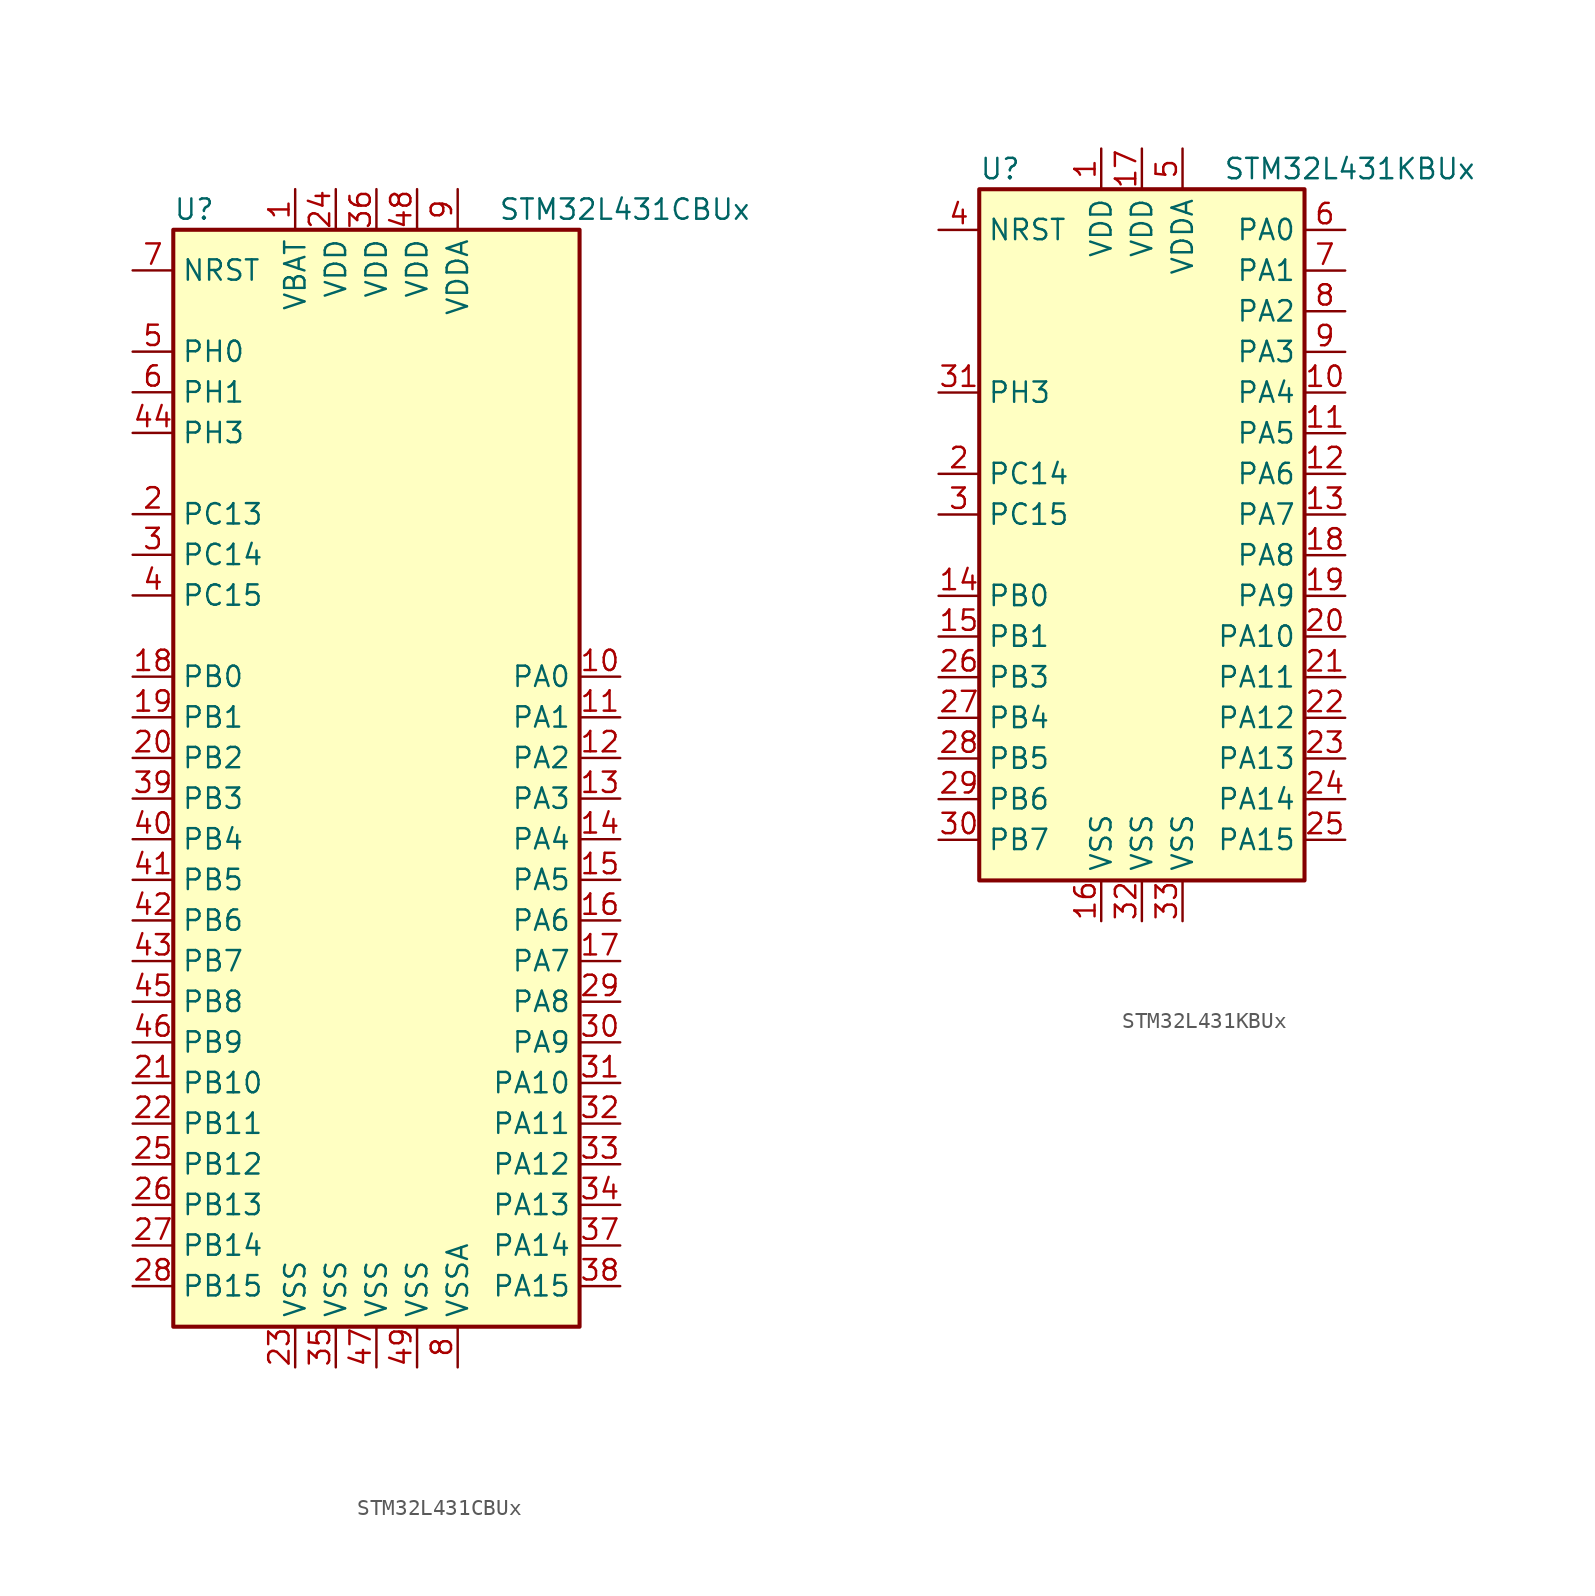
<source format=kicad_sym>
(kicad_symbol_lib
  (version 20201005)
  (generator kicad_symbol_editor)
  (symbol "MCU_ST_STM32L4:STM32L431CBUx"
    (property "Reference" "U"
      (at -12.7 34.29 0)
      (effects (font (size 1.27 1.27)) (justify left)))
    (property "Value" "STM32L431CBUx"
      (at 7.62 34.29 0)
      (effects (font (size 1.27 1.27)) (justify left)))
    (symbol "STM32L431CBUx_0_1"
      (rectangle (start -12.7 -35.56) (end 12.7 33.02) (stroke (width 0.254)) (fill (type background))))
    (symbol "STM32L431CBUx_1_1"
      (pin power_in line (at -5.08 35.56 270) (length 2.54) (name "VBAT" (effects (font (size 1.27 1.27)))) (number "1" (effects (font (size 1.27 1.27)))))
      (pin bidirectional line (at 15.24 5.08 180) (length 2.54) (name "PA0" (effects (font (size 1.27 1.27)))) (number "10" (effects (font (size 1.27 1.27)))))
      (pin bidirectional line (at 15.24 2.54 180) (length 2.54) (name "PA1" (effects (font (size 1.27 1.27)))) (number "11" (effects (font (size 1.27 1.27)))))
      (pin bidirectional line (at 15.24 0 180) (length 2.54) (name "PA2" (effects (font (size 1.27 1.27)))) (number "12" (effects (font (size 1.27 1.27)))))
      (pin bidirectional line (at 15.24 -2.54 180) (length 2.54) (name "PA3" (effects (font (size 1.27 1.27)))) (number "13" (effects (font (size 1.27 1.27)))))
      (pin bidirectional line (at 15.24 -5.08 180) (length 2.54) (name "PA4" (effects (font (size 1.27 1.27)))) (number "14" (effects (font (size 1.27 1.27)))))
      (pin bidirectional line (at 15.24 -7.62 180) (length 2.54) (name "PA5" (effects (font (size 1.27 1.27)))) (number "15" (effects (font (size 1.27 1.27)))))
      (pin bidirectional line (at 15.24 -10.16 180) (length 2.54) (name "PA6" (effects (font (size 1.27 1.27)))) (number "16" (effects (font (size 1.27 1.27)))))
      (pin bidirectional line (at 15.24 -12.7 180) (length 2.54) (name "PA7" (effects (font (size 1.27 1.27)))) (number "17" (effects (font (size 1.27 1.27)))))
      (pin bidirectional line (at -15.24 5.08 0) (length 2.54) (name "PB0" (effects (font (size 1.27 1.27)))) (number "18" (effects (font (size 1.27 1.27)))))
      (pin bidirectional line (at -15.24 2.54 0) (length 2.54) (name "PB1" (effects (font (size 1.27 1.27)))) (number "19" (effects (font (size 1.27 1.27)))))
      (pin bidirectional line (at -15.24 15.24 0) (length 2.54) (name "PC13" (effects (font (size 1.27 1.27)))) (number "2" (effects (font (size 1.27 1.27)))))
      (pin bidirectional line (at -15.24 0 0) (length 2.54) (name "PB2" (effects (font (size 1.27 1.27)))) (number "20" (effects (font (size 1.27 1.27)))))
      (pin bidirectional line (at -15.24 -20.32 0) (length 2.54) (name "PB10" (effects (font (size 1.27 1.27)))) (number "21" (effects (font (size 1.27 1.27)))))
      (pin bidirectional line (at -15.24 -22.86 0) (length 2.54) (name "PB11" (effects (font (size 1.27 1.27)))) (number "22" (effects (font (size 1.27 1.27)))))
      (pin power_in line (at -5.08 -38.1 90) (length 2.54) (name "VSS" (effects (font (size 1.27 1.27)))) (number "23" (effects (font (size 1.27 1.27)))))
      (pin power_in line (at -2.54 35.56 270) (length 2.54) (name "VDD" (effects (font (size 1.27 1.27)))) (number "24" (effects (font (size 1.27 1.27)))))
      (pin bidirectional line (at -15.24 -25.4 0) (length 2.54) (name "PB12" (effects (font (size 1.27 1.27)))) (number "25" (effects (font (size 1.27 1.27)))))
      (pin bidirectional line (at -15.24 -27.94 0) (length 2.54) (name "PB13" (effects (font (size 1.27 1.27)))) (number "26" (effects (font (size 1.27 1.27)))))
      (pin bidirectional line (at -15.24 -30.48 0) (length 2.54) (name "PB14" (effects (font (size 1.27 1.27)))) (number "27" (effects (font (size 1.27 1.27)))))
      (pin bidirectional line (at -15.24 -33.02 0) (length 2.54) (name "PB15" (effects (font (size 1.27 1.27)))) (number "28" (effects (font (size 1.27 1.27)))))
      (pin bidirectional line (at 15.24 -15.24 180) (length 2.54) (name "PA8" (effects (font (size 1.27 1.27)))) (number "29" (effects (font (size 1.27 1.27)))))
      (pin bidirectional line (at -15.24 12.7 0) (length 2.54) (name "PC14" (effects (font (size 1.27 1.27)))) (number "3" (effects (font (size 1.27 1.27)))))
      (pin bidirectional line (at 15.24 -17.78 180) (length 2.54) (name "PA9" (effects (font (size 1.27 1.27)))) (number "30" (effects (font (size 1.27 1.27)))))
      (pin bidirectional line (at 15.24 -20.32 180) (length 2.54) (name "PA10" (effects (font (size 1.27 1.27)))) (number "31" (effects (font (size 1.27 1.27)))))
      (pin bidirectional line (at 15.24 -22.86 180) (length 2.54) (name "PA11" (effects (font (size 1.27 1.27)))) (number "32" (effects (font (size 1.27 1.27)))))
      (pin bidirectional line (at 15.24 -25.4 180) (length 2.54) (name "PA12" (effects (font (size 1.27 1.27)))) (number "33" (effects (font (size 1.27 1.27)))))
      (pin bidirectional line (at 15.24 -27.94 180) (length 2.54) (name "PA13" (effects (font (size 1.27 1.27)))) (number "34" (effects (font (size 1.27 1.27)))))
      (pin power_in line (at -2.54 -38.1 90) (length 2.54) (name "VSS" (effects (font (size 1.27 1.27)))) (number "35" (effects (font (size 1.27 1.27)))))
      (pin power_in line (at 0 35.56 270) (length 2.54) (name "VDD" (effects (font (size 1.27 1.27)))) (number "36" (effects (font (size 1.27 1.27)))))
      (pin bidirectional line (at 15.24 -30.48 180) (length 2.54) (name "PA14" (effects (font (size 1.27 1.27)))) (number "37" (effects (font (size 1.27 1.27)))))
      (pin bidirectional line (at 15.24 -33.02 180) (length 2.54) (name "PA15" (effects (font (size 1.27 1.27)))) (number "38" (effects (font (size 1.27 1.27)))))
      (pin bidirectional line (at -15.24 -2.54 0) (length 2.54) (name "PB3" (effects (font (size 1.27 1.27)))) (number "39" (effects (font (size 1.27 1.27)))))
      (pin bidirectional line (at -15.24 10.16 0) (length 2.54) (name "PC15" (effects (font (size 1.27 1.27)))) (number "4" (effects (font (size 1.27 1.27)))))
      (pin bidirectional line (at -15.24 -5.08 0) (length 2.54) (name "PB4" (effects (font (size 1.27 1.27)))) (number "40" (effects (font (size 1.27 1.27)))))
      (pin bidirectional line (at -15.24 -7.62 0) (length 2.54) (name "PB5" (effects (font (size 1.27 1.27)))) (number "41" (effects (font (size 1.27 1.27)))))
      (pin bidirectional line (at -15.24 -10.16 0) (length 2.54) (name "PB6" (effects (font (size 1.27 1.27)))) (number "42" (effects (font (size 1.27 1.27)))))
      (pin bidirectional line (at -15.24 -12.7 0) (length 2.54) (name "PB7" (effects (font (size 1.27 1.27)))) (number "43" (effects (font (size 1.27 1.27)))))
      (pin bidirectional line (at -15.24 20.32 0) (length 2.54) (name "PH3" (effects (font (size 1.27 1.27)))) (number "44" (effects (font (size 1.27 1.27)))))
      (pin bidirectional line (at -15.24 -15.24 0) (length 2.54) (name "PB8" (effects (font (size 1.27 1.27)))) (number "45" (effects (font (size 1.27 1.27)))))
      (pin bidirectional line (at -15.24 -17.78 0) (length 2.54) (name "PB9" (effects (font (size 1.27 1.27)))) (number "46" (effects (font (size 1.27 1.27)))))
      (pin power_in line (at 0 -38.1 90) (length 2.54) (name "VSS" (effects (font (size 1.27 1.27)))) (number "47" (effects (font (size 1.27 1.27)))))
      (pin power_in line (at 2.54 35.56 270) (length 2.54) (name "VDD" (effects (font (size 1.27 1.27)))) (number "48" (effects (font (size 1.27 1.27)))))
      (pin power_in line (at 2.54 -38.1 90) (length 2.54) (name "VSS" (effects (font (size 1.27 1.27)))) (number "49" (effects (font (size 1.27 1.27)))))
      (pin input line (at -15.24 25.4 0) (length 2.54) (name "PH0" (effects (font (size 1.27 1.27)))) (number "5" (effects (font (size 1.27 1.27)))))
      (pin input line (at -15.24 22.86 0) (length 2.54) (name "PH1" (effects (font (size 1.27 1.27)))) (number "6" (effects (font (size 1.27 1.27)))))
      (pin input line (at -15.24 30.48 0) (length 2.54) (name "NRST" (effects (font (size 1.27 1.27)))) (number "7" (effects (font (size 1.27 1.27)))))
      (pin power_in line (at 5.08 -38.1 90) (length 2.54) (name "VSSA" (effects (font (size 1.27 1.27)))) (number "8" (effects (font (size 1.27 1.27)))))
      (pin power_in line (at 5.08 35.56 270) (length 2.54) (name "VDDA" (effects (font (size 1.27 1.27)))) (number "9" (effects (font (size 1.27 1.27)))))))
  (symbol "MCU_ST_STM32L4:STM32L431KBUx"
    (property "Reference" "U"
      (at -10.16 21.59 0)
      (effects (font (size 1.27 1.27)) (justify left)))
    (property "Value" "STM32L431KBUx"
      (at 5.08 21.59 0)
      (effects (font (size 1.27 1.27)) (justify left)))
    (symbol "STM32L431KBUx_0_1"
      (rectangle (start -10.16 -22.86) (end 10.16 20.32) (stroke (width 0.254)) (fill (type background))))
    (symbol "STM32L431KBUx_1_1"
      (pin power_in line (at -2.54 22.86 270) (length 2.54) (name "VDD" (effects (font (size 1.27 1.27)))) (number "1" (effects (font (size 1.27 1.27)))))
      (pin bidirectional line (at 12.7 7.62 180) (length 2.54) (name "PA4" (effects (font (size 1.27 1.27)))) (number "10" (effects (font (size 1.27 1.27)))))
      (pin bidirectional line (at 12.7 5.08 180) (length 2.54) (name "PA5" (effects (font (size 1.27 1.27)))) (number "11" (effects (font (size 1.27 1.27)))))
      (pin bidirectional line (at 12.7 2.54 180) (length 2.54) (name "PA6" (effects (font (size 1.27 1.27)))) (number "12" (effects (font (size 1.27 1.27)))))
      (pin bidirectional line (at 12.7 0 180) (length 2.54) (name "PA7" (effects (font (size 1.27 1.27)))) (number "13" (effects (font (size 1.27 1.27)))))
      (pin bidirectional line (at -12.7 -5.08 0) (length 2.54) (name "PB0" (effects (font (size 1.27 1.27)))) (number "14" (effects (font (size 1.27 1.27)))))
      (pin bidirectional line (at -12.7 -7.62 0) (length 2.54) (name "PB1" (effects (font (size 1.27 1.27)))) (number "15" (effects (font (size 1.27 1.27)))))
      (pin power_in line (at -2.54 -25.4 90) (length 2.54) (name "VSS" (effects (font (size 1.27 1.27)))) (number "16" (effects (font (size 1.27 1.27)))))
      (pin power_in line (at 0 22.86 270) (length 2.54) (name "VDD" (effects (font (size 1.27 1.27)))) (number "17" (effects (font (size 1.27 1.27)))))
      (pin bidirectional line (at 12.7 -2.54 180) (length 2.54) (name "PA8" (effects (font (size 1.27 1.27)))) (number "18" (effects (font (size 1.27 1.27)))))
      (pin bidirectional line (at 12.7 -5.08 180) (length 2.54) (name "PA9" (effects (font (size 1.27 1.27)))) (number "19" (effects (font (size 1.27 1.27)))))
      (pin bidirectional line (at -12.7 2.54 0) (length 2.54) (name "PC14" (effects (font (size 1.27 1.27)))) (number "2" (effects (font (size 1.27 1.27)))))
      (pin bidirectional line (at 12.7 -7.62 180) (length 2.54) (name "PA10" (effects (font (size 1.27 1.27)))) (number "20" (effects (font (size 1.27 1.27)))))
      (pin bidirectional line (at 12.7 -10.16 180) (length 2.54) (name "PA11" (effects (font (size 1.27 1.27)))) (number "21" (effects (font (size 1.27 1.27)))))
      (pin bidirectional line (at 12.7 -12.7 180) (length 2.54) (name "PA12" (effects (font (size 1.27 1.27)))) (number "22" (effects (font (size 1.27 1.27)))))
      (pin bidirectional line (at 12.7 -15.24 180) (length 2.54) (name "PA13" (effects (font (size 1.27 1.27)))) (number "23" (effects (font (size 1.27 1.27)))))
      (pin bidirectional line (at 12.7 -17.78 180) (length 2.54) (name "PA14" (effects (font (size 1.27 1.27)))) (number "24" (effects (font (size 1.27 1.27)))))
      (pin bidirectional line (at 12.7 -20.32 180) (length 2.54) (name "PA15" (effects (font (size 1.27 1.27)))) (number "25" (effects (font (size 1.27 1.27)))))
      (pin bidirectional line (at -12.7 -10.16 0) (length 2.54) (name "PB3" (effects (font (size 1.27 1.27)))) (number "26" (effects (font (size 1.27 1.27)))))
      (pin bidirectional line (at -12.7 -12.7 0) (length 2.54) (name "PB4" (effects (font (size 1.27 1.27)))) (number "27" (effects (font (size 1.27 1.27)))))
      (pin bidirectional line (at -12.7 -15.24 0) (length 2.54) (name "PB5" (effects (font (size 1.27 1.27)))) (number "28" (effects (font (size 1.27 1.27)))))
      (pin bidirectional line (at -12.7 -17.78 0) (length 2.54) (name "PB6" (effects (font (size 1.27 1.27)))) (number "29" (effects (font (size 1.27 1.27)))))
      (pin bidirectional line (at -12.7 0 0) (length 2.54) (name "PC15" (effects (font (size 1.27 1.27)))) (number "3" (effects (font (size 1.27 1.27)))))
      (pin bidirectional line (at -12.7 -20.32 0) (length 2.54) (name "PB7" (effects (font (size 1.27 1.27)))) (number "30" (effects (font (size 1.27 1.27)))))
      (pin bidirectional line (at -12.7 7.62 0) (length 2.54) (name "PH3" (effects (font (size 1.27 1.27)))) (number "31" (effects (font (size 1.27 1.27)))))
      (pin power_in line (at 0 -25.4 90) (length 2.54) (name "VSS" (effects (font (size 1.27 1.27)))) (number "32" (effects (font (size 1.27 1.27)))))
      (pin power_in line (at 2.54 -25.4 90) (length 2.54) (name "VSS" (effects (font (size 1.27 1.27)))) (number "33" (effects (font (size 1.27 1.27)))))
      (pin input line (at -12.7 17.78 0) (length 2.54) (name "NRST" (effects (font (size 1.27 1.27)))) (number "4" (effects (font (size 1.27 1.27)))))
      (pin power_in line (at 2.54 22.86 270) (length 2.54) (name "VDDA" (effects (font (size 1.27 1.27)))) (number "5" (effects (font (size 1.27 1.27)))))
      (pin bidirectional line (at 12.7 17.78 180) (length 2.54) (name "PA0" (effects (font (size 1.27 1.27)))) (number "6" (effects (font (size 1.27 1.27)))))
      (pin bidirectional line (at 12.7 15.24 180) (length 2.54) (name "PA1" (effects (font (size 1.27 1.27)))) (number "7" (effects (font (size 1.27 1.27)))))
      (pin bidirectional line (at 12.7 12.7 180) (length 2.54) (name "PA2" (effects (font (size 1.27 1.27)))) (number "8" (effects (font (size 1.27 1.27)))))
      (pin bidirectional line (at 12.7 10.16 180) (length 2.54) (name "PA3" (effects (font (size 1.27 1.27)))) (number "9" (effects (font (size 1.27 1.27))))))))
</source>
